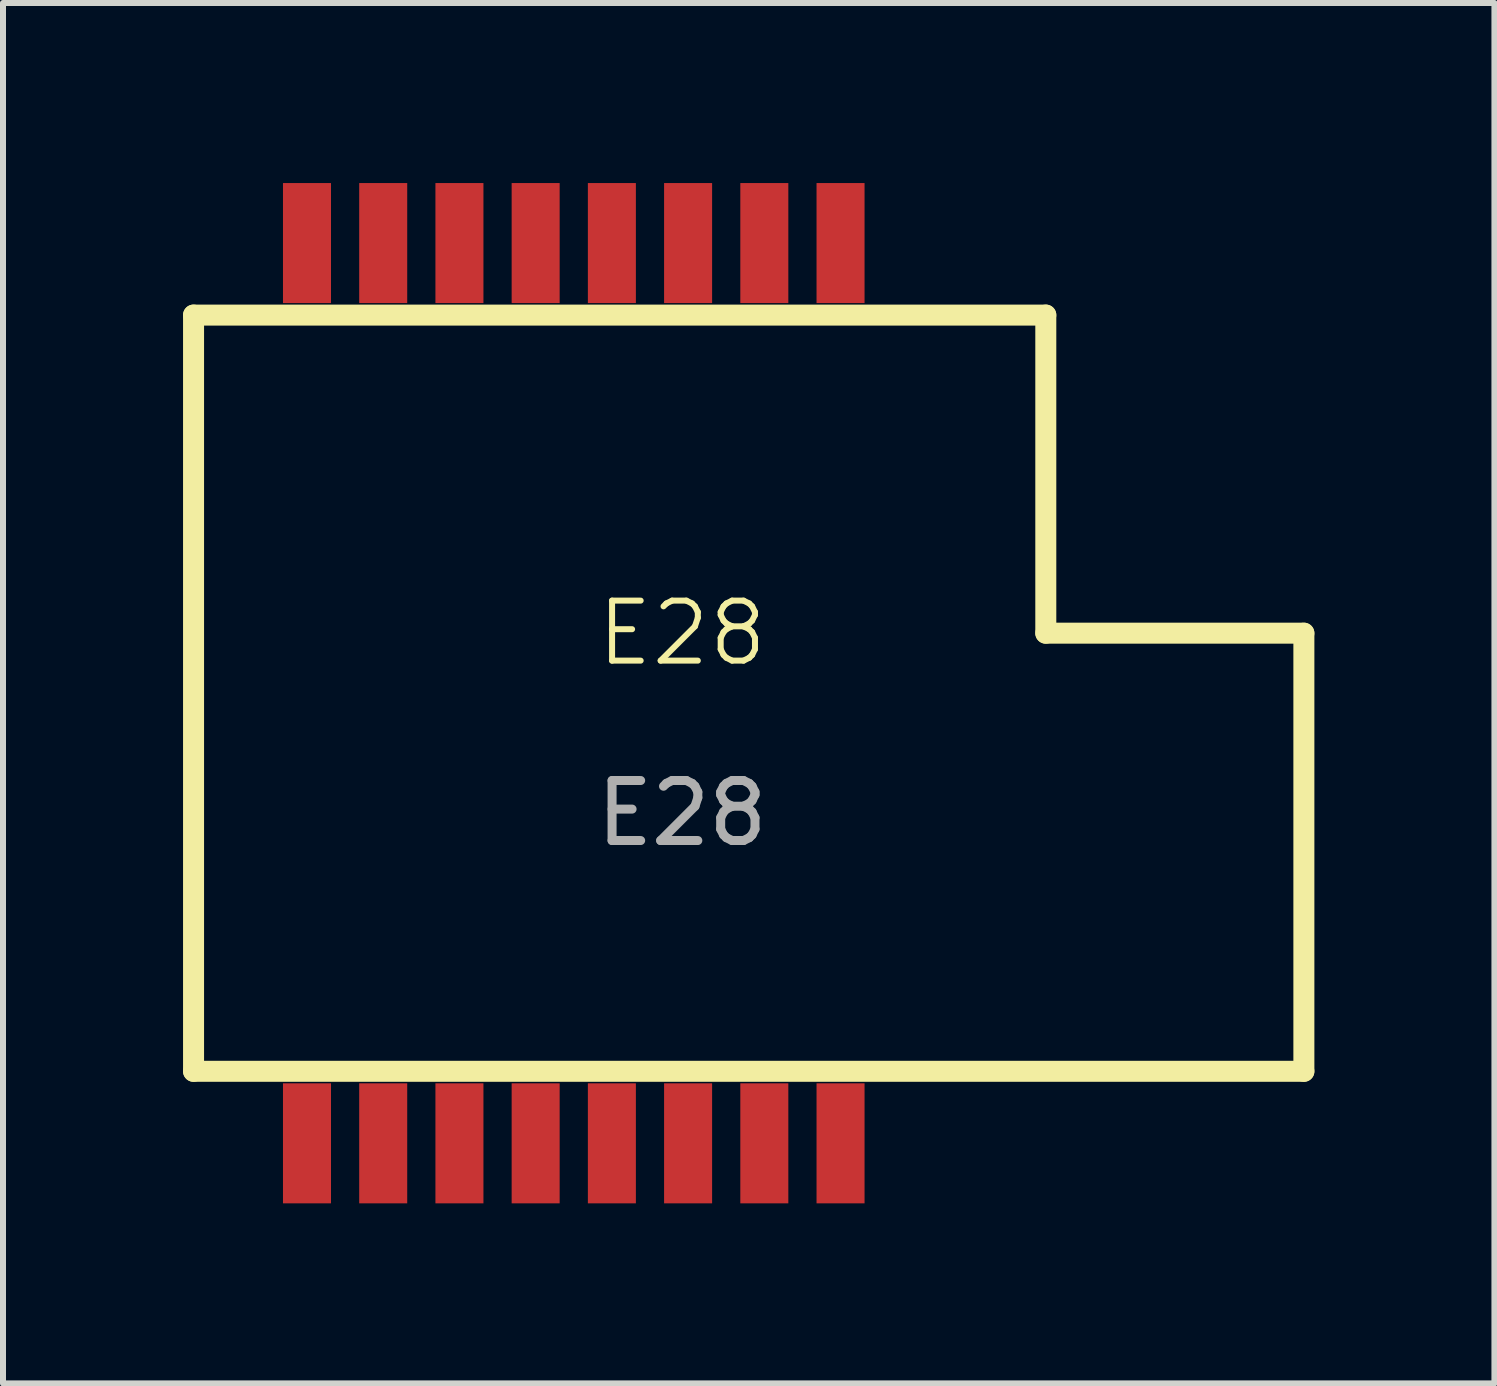
<source format=kicad_pcb>
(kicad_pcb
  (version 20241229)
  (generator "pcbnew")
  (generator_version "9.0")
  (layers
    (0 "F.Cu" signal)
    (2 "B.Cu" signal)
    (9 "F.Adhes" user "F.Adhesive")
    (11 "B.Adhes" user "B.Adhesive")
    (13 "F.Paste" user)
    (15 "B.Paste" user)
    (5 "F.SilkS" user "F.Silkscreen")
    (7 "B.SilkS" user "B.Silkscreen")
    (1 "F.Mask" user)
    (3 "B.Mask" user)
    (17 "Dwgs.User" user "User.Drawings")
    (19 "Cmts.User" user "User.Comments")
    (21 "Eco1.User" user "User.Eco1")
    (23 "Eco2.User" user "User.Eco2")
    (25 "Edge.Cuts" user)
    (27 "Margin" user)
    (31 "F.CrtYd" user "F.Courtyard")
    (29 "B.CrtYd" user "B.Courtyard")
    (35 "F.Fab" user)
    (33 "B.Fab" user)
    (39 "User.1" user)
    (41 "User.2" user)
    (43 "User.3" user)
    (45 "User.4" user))
  (footprint "E28"
    (layer "F.Cu")
    (at 8.315 8)
    (property "Reference" "E28" (at 0 -0.5 0) (unlocked yes) (layer "F.SilkS") (effects (font (size 1 1) (thickness 0.1))))
    (attr smd)
    (fp_line (start -8.14 -5.8) (end 6.06 -5.8) (stroke (width 0.35) (type solid)) (layer "F.SilkS"))
    (fp_line (start -8.14 6.8) (end -8.14 -5.8) (stroke (width 0.35) (type solid)) (layer "F.SilkS"))
    (fp_line (start -8.14 6.8) (end 10.36 6.8) (stroke (width 0.35) (type solid)) (layer "F.SilkS"))
    (fp_line (start 6.06 -0.5) (end 6.06 -5.8) (stroke (width 0.35) (type solid)) (layer "F.SilkS"))
    (fp_line (start 6.06 -0.5) (end 10.36 -0.5) (stroke (width 0.35) (type solid)) (layer "F.SilkS"))
    (fp_line (start 10.36 6.8) (end 10.36 -0.5) (stroke (width 0.35) (type solid)) (layer "F.SilkS"))
    (fp_text user "${REFERENCE}" (at 0 2.5 0) (unlocked yes) (layer "F.Fab") (effects (font (size 1 1) (thickness 0.15))))
    (pad "1" smd rect (at -6.25 8 180) (size 0.8 2) (layers "F.Cu" "F.Mask" "F.Paste"))
    (pad "2" smd rect (at -4.98 8 180) (size 0.8 2) (layers "F.Cu" "F.Mask" "F.Paste"))
    (pad "3" smd rect (at -3.71 8 180) (size 0.8 2) (layers "F.Cu" "F.Mask" "F.Paste"))
    (pad "4" smd rect (at -2.44 8 180) (size 0.8 2) (layers "F.Cu" "F.Mask" "F.Paste"))
    (pad "5" smd rect (at -1.17 8 180) (size 0.8 2) (layers "F.Cu" "F.Mask" "F.Paste"))
    (pad "6" smd rect (at 0.1 8 180) (size 0.8 2) (layers "F.Cu" "F.Mask" "F.Paste"))
    (pad "7" smd rect (at 1.37 8 180) (size 0.8 2) (layers "F.Cu" "F.Mask" "F.Paste"))
    (pad "8" smd rect (at 2.64 8 180) (size 0.8 2) (layers "F.Cu" "F.Mask" "F.Paste"))
    (pad "9" smd rect (at 2.64 -7 180) (size 0.8 2) (layers "F.Cu" "F.Mask" "F.Paste"))
    (pad "10" smd rect (at 1.37 -7 180) (size 0.8 2) (layers "F.Cu" "F.Mask" "F.Paste"))
    (pad "11" smd rect (at 0.1 -7 180) (size 0.8 2) (layers "F.Cu" "F.Mask" "F.Paste"))
    (pad "12" smd rect (at -1.17 -7 180) (size 0.8 2) (layers "F.Cu" "F.Mask" "F.Paste"))
    (pad "13" smd rect (at -2.44 -7 180) (size 0.8 2) (layers "F.Cu" "F.Mask" "F.Paste"))
    (pad "14" smd rect (at -3.71 -7 180) (size 0.8 2) (layers "F.Cu" "F.Mask" "F.Paste"))
    (pad "15" smd rect (at -4.98 -7 180) (size 0.8 2) (layers "F.Cu" "F.Mask" "F.Paste"))
    (pad "16" smd rect (at -6.25 -7 180) (size 0.8 2) (layers "F.Cu" "F.Mask" "F.Paste")))
  (gr_rect
    (start -3 -3)
    (end 21.85 20)
    (stroke (width 0.1) (type default))
    (fill no)
    (layer "Edge.Cuts")))
</source>
